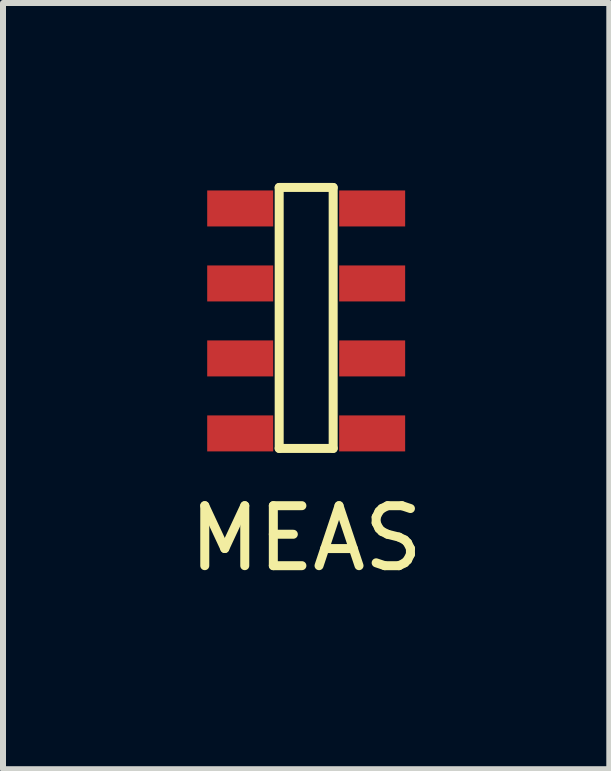
<source format=kicad_pcb>
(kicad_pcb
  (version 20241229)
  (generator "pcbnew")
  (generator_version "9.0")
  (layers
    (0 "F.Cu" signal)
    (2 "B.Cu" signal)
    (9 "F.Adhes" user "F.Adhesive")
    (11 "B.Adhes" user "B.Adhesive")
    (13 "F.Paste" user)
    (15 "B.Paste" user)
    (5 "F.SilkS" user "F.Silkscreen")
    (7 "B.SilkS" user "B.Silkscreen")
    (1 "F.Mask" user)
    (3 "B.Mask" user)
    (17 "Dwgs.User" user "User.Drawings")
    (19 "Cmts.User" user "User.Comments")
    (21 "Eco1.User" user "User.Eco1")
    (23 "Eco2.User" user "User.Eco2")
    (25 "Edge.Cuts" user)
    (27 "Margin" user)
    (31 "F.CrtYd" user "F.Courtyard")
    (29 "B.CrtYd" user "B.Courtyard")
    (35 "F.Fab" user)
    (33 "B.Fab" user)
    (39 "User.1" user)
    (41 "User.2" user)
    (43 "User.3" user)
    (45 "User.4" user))
  (footprint "MEAS"
    (layer "F.Cu")
    (at 2.054 2.225)
    (property "Reference" "MEAS" (at 0 3.7 0) (layer "F.SilkS") (effects (font (size 1 1) (thickness 0.15))))
    (attr through_hole)
    (fp_line (start -0.45 -2.15) (end -0.45 2.2) (stroke (width 0.15) (type solid)) (layer "F.SilkS"))
    (fp_line (start -0.45 2.2) (end 0.45 2.2) (stroke (width 0.15) (type solid)) (layer "F.SilkS"))
    (fp_line (start 0.45 -2.15) (end -0.45 -2.15) (stroke (width 0.15) (type solid)) (layer "F.SilkS"))
    (fp_line (start 0.45 2.2) (end 0.45 -2.15) (stroke (width 0.15) (type solid)) (layer "F.SilkS"))
    (pad "1" smd rect (at -1.1 -1.8) (size 1.1 0.6) (layers "F.Cu" "F.Mask" "F.Paste"))
    (pad "2" smd rect (at -1.1 -0.55) (size 1.1 0.6) (layers "F.Cu" "F.Mask" "F.Paste"))
    (pad "3" smd rect (at -1.1 0.7) (size 1.1 0.6) (layers "F.Cu" "F.Mask" "F.Paste"))
    (pad "4" smd rect (at -1.1 1.95) (size 1.1 0.6) (layers "F.Cu" "F.Mask" "F.Paste"))
    (pad "5" smd rect (at 1.1 1.95) (size 1.1 0.6) (layers "F.Cu" "F.Mask" "F.Paste"))
    (pad "6" smd rect (at 1.1 0.7) (size 1.1 0.6) (layers "F.Cu" "F.Mask" "F.Paste"))
    (pad "7" smd rect (at 1.1 -0.55) (size 1.1 0.6) (layers "F.Cu" "F.Mask" "F.Paste"))
    (pad "8" smd rect (at 1.1 -1.8) (size 1.1 0.6) (layers "F.Cu" "F.Mask" "F.Paste")))
  (gr_rect
    (start -3 -3)
    (end 7.107 9.773)
    (stroke (width 0.1) (type default))
    (fill no)
    (layer "Edge.Cuts")))
</source>
